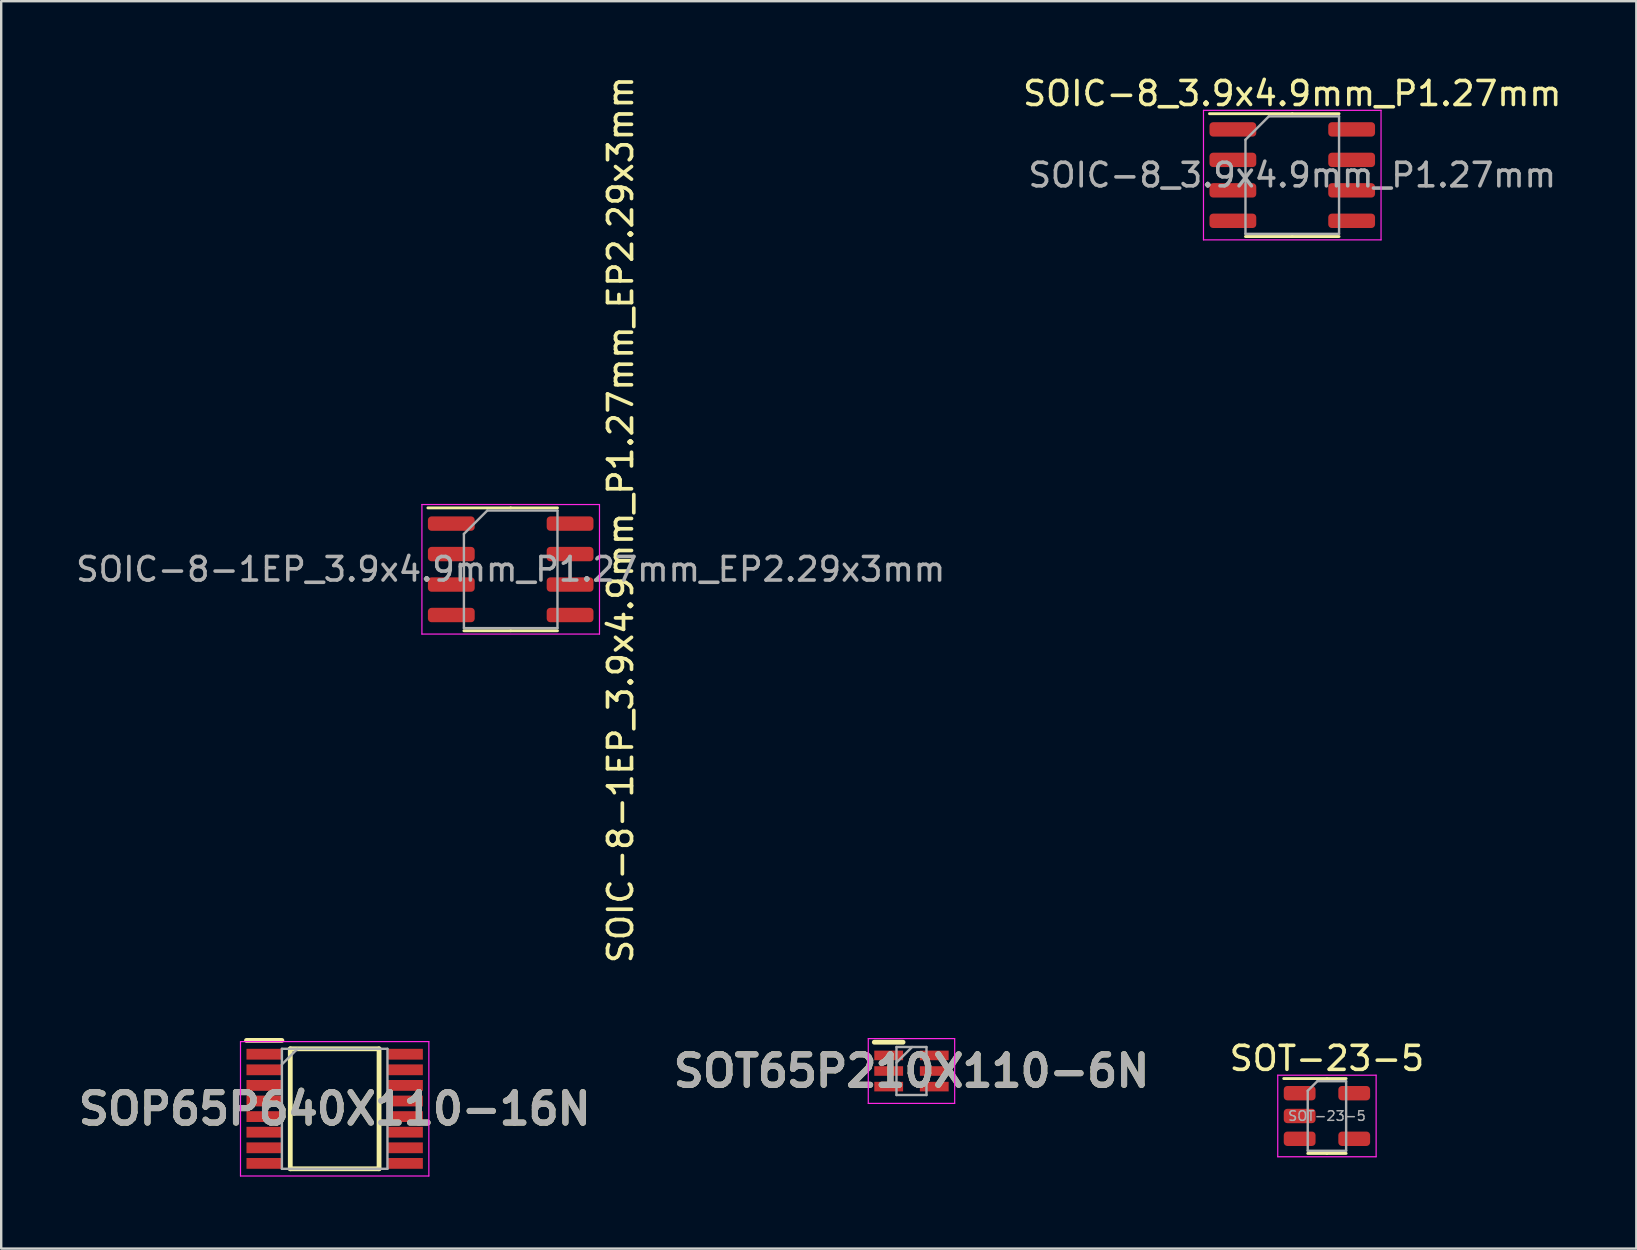
<source format=kicad_pcb>
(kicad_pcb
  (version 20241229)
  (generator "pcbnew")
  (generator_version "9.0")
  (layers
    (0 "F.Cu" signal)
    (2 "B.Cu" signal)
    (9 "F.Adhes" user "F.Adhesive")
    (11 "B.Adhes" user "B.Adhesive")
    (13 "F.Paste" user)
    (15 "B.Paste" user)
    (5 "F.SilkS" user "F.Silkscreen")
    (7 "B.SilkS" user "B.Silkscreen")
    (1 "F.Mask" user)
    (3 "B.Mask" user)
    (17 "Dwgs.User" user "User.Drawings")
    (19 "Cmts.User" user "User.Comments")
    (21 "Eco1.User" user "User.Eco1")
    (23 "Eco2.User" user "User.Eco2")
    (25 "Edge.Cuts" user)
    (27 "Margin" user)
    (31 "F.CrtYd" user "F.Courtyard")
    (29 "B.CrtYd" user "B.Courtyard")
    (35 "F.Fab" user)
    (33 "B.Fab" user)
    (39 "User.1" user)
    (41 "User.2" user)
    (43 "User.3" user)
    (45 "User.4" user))
  (footprint "SOIC-8_3.9x4.9mm_P1.27mm"
    (layer "F.Cu")
    (at 50.807 4.248)
    (property "Reference" "SOIC-8_3.9x4.9mm_P1.27mm" (at 0 -3.4 180) (layer "F.SilkS") (effects (font (size 1 1) (thickness 0.15))))
    (attr smd)
    (fp_line (start 0 -2.56) (end -3.45 -2.56) (stroke (width 0.12) (type solid)) (layer "F.SilkS"))
    (fp_line (start 0 -2.56) (end 1.95 -2.56) (stroke (width 0.12) (type solid)) (layer "F.SilkS"))
    (fp_line (start 0 2.56) (end -1.95 2.56) (stroke (width 0.12) (type solid)) (layer "F.SilkS"))
    (fp_line (start 0 2.56) (end 1.95 2.56) (stroke (width 0.12) (type solid)) (layer "F.SilkS"))
    (fp_line (start -3.7 -2.7) (end -3.7 2.7) (stroke (width 0.05) (type solid)) (layer "F.CrtYd"))
    (fp_line (start -3.7 2.7) (end 3.7 2.7) (stroke (width 0.05) (type solid)) (layer "F.CrtYd"))
    (fp_line (start 3.7 -2.7) (end -3.7 -2.7) (stroke (width 0.05) (type solid)) (layer "F.CrtYd"))
    (fp_line (start 3.7 2.7) (end 3.7 -2.7) (stroke (width 0.05) (type solid)) (layer "F.CrtYd"))
    (fp_line (start -1.95 -1.475) (end -0.975 -2.45) (stroke (width 0.1) (type solid)) (layer "F.Fab"))
    (fp_line (start -1.95 2.45) (end -1.95 -1.475) (stroke (width 0.1) (type solid)) (layer "F.Fab"))
    (fp_line (start -0.975 -2.45) (end 1.95 -2.45) (stroke (width 0.1) (type solid)) (layer "F.Fab"))
    (fp_line (start 1.95 -2.45) (end 1.95 2.45) (stroke (width 0.1) (type solid)) (layer "F.Fab"))
    (fp_line (start 1.95 2.45) (end -1.95 2.45) (stroke (width 0.1) (type solid)) (layer "F.Fab"))
    (fp_text user "${REFERENCE}" (at 0 0 180) (layer "F.Fab") (effects (font (size 0.98 0.98) (thickness 0.15))))
    (pad "1" smd roundrect (at -2.475 -1.905) (size 1.95 0.6) (layers "F.Cu" "F.Mask" "F.Paste") (roundrect_rratio 0.25))
    (pad "2" smd roundrect (at -2.475 -0.635) (size 1.95 0.6) (layers "F.Cu" "F.Mask" "F.Paste") (roundrect_rratio 0.25))
    (pad "3" smd roundrect (at -2.475 0.635) (size 1.95 0.6) (layers "F.Cu" "F.Mask" "F.Paste") (roundrect_rratio 0.25))
    (pad "4" smd roundrect (at -2.475 1.905) (size 1.95 0.6) (layers "F.Cu" "F.Mask" "F.Paste") (roundrect_rratio 0.25))
    (pad "5" smd roundrect (at 2.475 1.905) (size 1.95 0.6) (layers "F.Cu" "F.Mask" "F.Paste") (roundrect_rratio 0.25))
    (pad "6" smd roundrect (at 2.475 0.635) (size 1.95 0.6) (layers "F.Cu" "F.Mask" "F.Paste") (roundrect_rratio 0.25))
    (pad "7" smd roundrect (at 2.475 -0.635) (size 1.95 0.6) (layers "F.Cu" "F.Mask" "F.Paste") (roundrect_rratio 0.25))
    (pad "8" smd roundrect (at 2.475 -1.905) (size 1.95 0.6) (layers "F.Cu" "F.Mask" "F.Paste") (roundrect_rratio 0.25)))
  (footprint "SOIC-8-1EP_3.9x4.9mm_P1.27mm_EP2.29x3mm"
    (layer "F.Cu")
    (at 18.234 20.677)
    (property "Reference" "SOIC-8-1EP_3.9x4.9mm_P1.27mm_EP2.29x3mm" (at 4.58 -2.071 90) (layer "F.SilkS") (effects (font (size 1 1) (thickness 0.153))))
    (attr smd)
    (fp_line (start 0 -2.56) (end -3.45 -2.56) (stroke (width 0.12) (type solid)) (layer "F.SilkS"))
    (fp_line (start 0 -2.56) (end 1.95 -2.56) (stroke (width 0.12) (type solid)) (layer "F.SilkS"))
    (fp_line (start 0 2.56) (end -1.95 2.56) (stroke (width 0.12) (type solid)) (layer "F.SilkS"))
    (fp_line (start 0 2.56) (end 1.95 2.56) (stroke (width 0.12) (type solid)) (layer "F.SilkS"))
    (fp_line (start -3.7 -2.7) (end -3.7 2.7) (stroke (width 0.05) (type solid)) (layer "F.CrtYd"))
    (fp_line (start -3.7 2.7) (end 3.7 2.7) (stroke (width 0.05) (type solid)) (layer "F.CrtYd"))
    (fp_line (start 3.7 -2.7) (end -3.7 -2.7) (stroke (width 0.05) (type solid)) (layer "F.CrtYd"))
    (fp_line (start 3.7 2.7) (end 3.7 -2.7) (stroke (width 0.05) (type solid)) (layer "F.CrtYd"))
    (fp_line (start -1.95 -1.475) (end -0.975 -2.45) (stroke (width 0.1) (type solid)) (layer "F.Fab"))
    (fp_line (start -1.95 2.45) (end -1.95 -1.475) (stroke (width 0.1) (type solid)) (layer "F.Fab"))
    (fp_line (start -0.975 -2.45) (end 1.95 -2.45) (stroke (width 0.1) (type solid)) (layer "F.Fab"))
    (fp_line (start 1.95 -2.45) (end 1.95 2.45) (stroke (width 0.1) (type solid)) (layer "F.Fab"))
    (fp_line (start 1.95 2.45) (end -1.95 2.45) (stroke (width 0.1) (type solid)) (layer "F.Fab"))
    (fp_text user "${REFERENCE}" (at 0 0 0) (layer "F.Fab") (effects (font (size 0.98 0.98) (thickness 0.15))))
    (pad "1" smd roundrect (at -2.475 -1.905) (size 1.95 0.6) (layers "F.Cu" "F.Mask" "F.Paste") (roundrect_rratio 0.25))
    (pad "2" smd roundrect (at -2.475 -0.635) (size 1.95 0.6) (layers "F.Cu" "F.Mask" "F.Paste") (roundrect_rratio 0.25))
    (pad "3" smd roundrect (at -2.475 0.635) (size 1.95 0.6) (layers "F.Cu" "F.Mask" "F.Paste") (roundrect_rratio 0.25))
    (pad "4" smd roundrect (at -2.475 1.905) (size 1.95 0.6) (layers "F.Cu" "F.Mask" "F.Paste") (roundrect_rratio 0.25))
    (pad "5" smd roundrect (at 2.475 1.905) (size 1.95 0.6) (layers "F.Cu" "F.Mask" "F.Paste") (roundrect_rratio 0.25))
    (pad "6" smd roundrect (at 2.475 0.635) (size 1.95 0.6) (layers "F.Cu" "F.Mask" "F.Paste") (roundrect_rratio 0.25))
    (pad "7" smd roundrect (at 2.475 -0.635) (size 1.95 0.6) (layers "F.Cu" "F.Mask" "F.Paste") (roundrect_rratio 0.25))
    (pad "8" smd roundrect (at 2.475 -1.905) (size 1.95 0.6) (layers "F.Cu" "F.Mask" "F.Paste") (roundrect_rratio 0.25)))
  (footprint "SOT-23-5"
    (layer "F.Cu")
    (at 52.252 43.46)
    (property "Reference" "SOT-23-5" (at 0 -2.4 0) (layer "F.SilkS") (effects (font (size 1 1) (thickness 0.15))))
    (attr smd)
    (fp_line (start 0 -1.56) (end -1.8 -1.56) (stroke (width 0.12) (type solid)) (layer "F.SilkS"))
    (fp_line (start 0 -1.56) (end 0.8 -1.56) (stroke (width 0.12) (type solid)) (layer "F.SilkS"))
    (fp_line (start 0 1.56) (end -0.8 1.56) (stroke (width 0.12) (type solid)) (layer "F.SilkS"))
    (fp_line (start 0 1.56) (end 0.8 1.56) (stroke (width 0.12) (type solid)) (layer "F.SilkS"))
    (fp_line (start -2.05 -1.7) (end -2.05 1.7) (stroke (width 0.05) (type solid)) (layer "F.CrtYd"))
    (fp_line (start -2.05 1.7) (end 2.05 1.7) (stroke (width 0.05) (type solid)) (layer "F.CrtYd"))
    (fp_line (start 2.05 -1.7) (end -2.05 -1.7) (stroke (width 0.05) (type solid)) (layer "F.CrtYd"))
    (fp_line (start 2.05 1.7) (end 2.05 -1.7) (stroke (width 0.05) (type solid)) (layer "F.CrtYd"))
    (fp_line (start -0.8 -1.05) (end -0.4 -1.45) (stroke (width 0.1) (type solid)) (layer "F.Fab"))
    (fp_line (start -0.8 1.45) (end -0.8 -1.05) (stroke (width 0.1) (type solid)) (layer "F.Fab"))
    (fp_line (start -0.4 -1.45) (end 0.8 -1.45) (stroke (width 0.1) (type solid)) (layer "F.Fab"))
    (fp_line (start 0.8 -1.45) (end 0.8 1.45) (stroke (width 0.1) (type solid)) (layer "F.Fab"))
    (fp_line (start 0.8 1.45) (end -0.8 1.45) (stroke (width 0.1) (type solid)) (layer "F.Fab"))
    (fp_text user "${REFERENCE}" (at 0 0 0) (layer "F.Fab") (effects (font (size 0.4 0.4) (thickness 0.06))))
    (pad "1" smd roundrect (at -1.137 -0.95 180) (size 1.325 0.6) (layers "F.Cu" "F.Mask" "F.Paste") (roundrect_rratio 0.25))
    (pad "2" smd roundrect (at -1.137 0 180) (size 1.325 0.6) (layers "F.Cu" "F.Mask" "F.Paste") (roundrect_rratio 0.25))
    (pad "3" smd roundrect (at -1.137 0.95 180) (size 1.325 0.6) (layers "F.Cu" "F.Mask" "F.Paste") (roundrect_rratio 0.25))
    (pad "4" smd roundrect (at 1.137 0.95 180) (size 1.325 0.6) (layers "F.Cu" "F.Mask" "F.Paste") (roundrect_rratio 0.25))
    (pad "5" smd roundrect (at 1.137 -0.95 180) (size 1.325 0.6) (layers "F.Cu" "F.Mask" "F.Paste") (roundrect_rratio 0.25)))
  (footprint "SOT65P210X110-6N"
    (layer "F.Cu")
    (at 34.937 41.586)
    (property "Reference" "SOT65P210X110-6N" (at 0 0 0) (layer "F.SilkS") (effects (font (size 1.27 1.27) (thickness 0.254))))
    (attr smd)
    (fp_line (start -1.55 -1.2) (end -0.35 -1.2) (stroke (width 0.2) (type solid)) (layer "F.SilkS"))
    (fp_line (start -1.8 -1.35) (end 1.8 -1.35) (stroke (width 0.05) (type solid)) (layer "F.CrtYd"))
    (fp_line (start -1.8 1.35) (end -1.8 -1.35) (stroke (width 0.05) (type solid)) (layer "F.CrtYd"))
    (fp_line (start 1.8 -1.35) (end 1.8 1.35) (stroke (width 0.05) (type solid)) (layer "F.CrtYd"))
    (fp_line (start 1.8 1.35) (end -1.8 1.35) (stroke (width 0.05) (type solid)) (layer "F.CrtYd"))
    (fp_line (start -0.625 -1) (end 0.625 -1) (stroke (width 0.1) (type solid)) (layer "F.Fab"))
    (fp_line (start -0.625 -0.35) (end 0.025 -1) (stroke (width 0.1) (type solid)) (layer "F.Fab"))
    (fp_line (start -0.625 1) (end -0.625 -1) (stroke (width 0.1) (type solid)) (layer "F.Fab"))
    (fp_line (start 0.625 -1) (end 0.625 1) (stroke (width 0.1) (type solid)) (layer "F.Fab"))
    (fp_line (start 0.625 1) (end -0.625 1) (stroke (width 0.1) (type solid)) (layer "F.Fab"))
    (fp_text user "${REFERENCE}" (at 0 0 0) (layer "F.Fab") (effects (font (size 1.27 1.27) (thickness 0.254))))
    (pad "1" smd rect (at -0.95 -0.65 90) (size 0.4 1.2) (layers "F.Cu" "F.Mask" "F.Paste"))
    (pad "2" smd rect (at -0.95 0 90) (size 0.4 1.2) (layers "F.Cu" "F.Mask" "F.Paste"))
    (pad "3" smd rect (at -0.95 0.65 90) (size 0.4 1.2) (layers "F.Cu" "F.Mask" "F.Paste"))
    (pad "4" smd rect (at 0.95 0.65 90) (size 0.4 1.2) (layers "F.Cu" "F.Mask" "F.Paste"))
    (pad "5" smd rect (at 0.95 0 90) (size 0.4 1.2) (layers "F.Cu" "F.Mask" "F.Paste"))
    (pad "6" smd rect (at 0.95 -0.65 90) (size 0.4 1.2) (layers "F.Cu" "F.Mask" "F.Paste")))
  (footprint "SOP65P640X110-16N"
    (layer "F.Cu")
    (at 10.898 43.161)
    (property "Reference" "SOP65P640X110-16N" (at 0 0 0) (layer "F.SilkS") (effects (font (size 1.27 1.27) (thickness 0.254))))
    (attr smd)
    (fp_line (start -3.675 -2.85) (end -2.2 -2.85) (stroke (width 0.2) (type solid)) (layer "F.SilkS"))
    (fp_line (start -1.85 -2.5) (end 1.85 -2.5) (stroke (width 0.2) (type solid)) (layer "F.SilkS"))
    (fp_line (start -1.85 2.5) (end -1.85 -2.5) (stroke (width 0.2) (type solid)) (layer "F.SilkS"))
    (fp_line (start 1.85 -2.5) (end 1.85 2.5) (stroke (width 0.2) (type solid)) (layer "F.SilkS"))
    (fp_line (start 1.85 2.5) (end -1.85 2.5) (stroke (width 0.2) (type solid)) (layer "F.SilkS"))
    (fp_line (start -3.925 -2.8) (end 3.925 -2.8) (stroke (width 0.05) (type solid)) (layer "F.CrtYd"))
    (fp_line (start -3.925 2.8) (end -3.925 -2.8) (stroke (width 0.05) (type solid)) (layer "F.CrtYd"))
    (fp_line (start 3.925 -2.8) (end 3.925 2.8) (stroke (width 0.05) (type solid)) (layer "F.CrtYd"))
    (fp_line (start 3.925 2.8) (end -3.925 2.8) (stroke (width 0.05) (type solid)) (layer "F.CrtYd"))
    (fp_line (start -2.2 -2.5) (end 2.2 -2.5) (stroke (width 0.1) (type solid)) (layer "F.Fab"))
    (fp_line (start -2.2 -1.85) (end -1.55 -2.5) (stroke (width 0.1) (type solid)) (layer "F.Fab"))
    (fp_line (start -2.2 2.5) (end -2.2 -2.5) (stroke (width 0.1) (type solid)) (layer "F.Fab"))
    (fp_line (start 2.2 -2.5) (end 2.2 2.5) (stroke (width 0.1) (type solid)) (layer "F.Fab"))
    (fp_line (start 2.2 2.5) (end -2.2 2.5) (stroke (width 0.1) (type solid)) (layer "F.Fab"))
    (fp_text user "${REFERENCE}" (at 0 0 0) (layer "F.Fab") (effects (font (size 1.27 1.27) (thickness 0.254))))
    (pad "1" smd rect (at -2.938 -2.275 90) (size 0.45 1.475) (layers "F.Cu" "F.Mask" "F.Paste"))
    (pad "2" smd rect (at -2.938 -1.625 90) (size 0.45 1.475) (layers "F.Cu" "F.Mask" "F.Paste"))
    (pad "3" smd rect (at -2.938 -0.975 90) (size 0.45 1.475) (layers "F.Cu" "F.Mask" "F.Paste"))
    (pad "4" smd rect (at -2.938 -0.325 90) (size 0.45 1.475) (layers "F.Cu" "F.Mask" "F.Paste"))
    (pad "5" smd rect (at -2.938 0.325 90) (size 0.45 1.475) (layers "F.Cu" "F.Mask" "F.Paste"))
    (pad "6" smd rect (at -2.938 0.975 90) (size 0.45 1.475) (layers "F.Cu" "F.Mask" "F.Paste"))
    (pad "7" smd rect (at -2.938 1.625 90) (size 0.45 1.475) (layers "F.Cu" "F.Mask" "F.Paste"))
    (pad "8" smd rect (at -2.938 2.275 90) (size 0.45 1.475) (layers "F.Cu" "F.Mask" "F.Paste"))
    (pad "9" smd rect (at 2.938 2.275 90) (size 0.45 1.475) (layers "F.Cu" "F.Mask" "F.Paste"))
    (pad "10" smd rect (at 2.938 1.625 90) (size 0.45 1.475) (layers "F.Cu" "F.Mask" "F.Paste"))
    (pad "11" smd rect (at 2.938 0.975 90) (size 0.45 1.475) (layers "F.Cu" "F.Mask" "F.Paste"))
    (pad "12" smd rect (at 2.938 0.325 90) (size 0.45 1.475) (layers "F.Cu" "F.Mask" "F.Paste"))
    (pad "13" smd rect (at 2.938 -0.325 90) (size 0.45 1.475) (layers "F.Cu" "F.Mask" "F.Paste"))
    (pad "14" smd rect (at 2.938 -0.975 90) (size 0.45 1.475) (layers "F.Cu" "F.Mask" "F.Paste"))
    (pad "15" smd rect (at 2.938 -1.625 90) (size 0.45 1.475) (layers "F.Cu" "F.Mask" "F.Paste"))
    (pad "16" smd rect (at 2.938 -2.275 90) (size 0.45 1.475) (layers "F.Cu" "F.Mask" "F.Paste")))
  (gr_rect
    (start -3 -3)
    (end 65.146 48.986)
    (stroke (width 0.1) (type default))
    (fill no)
    (layer "Edge.Cuts")))
</source>
